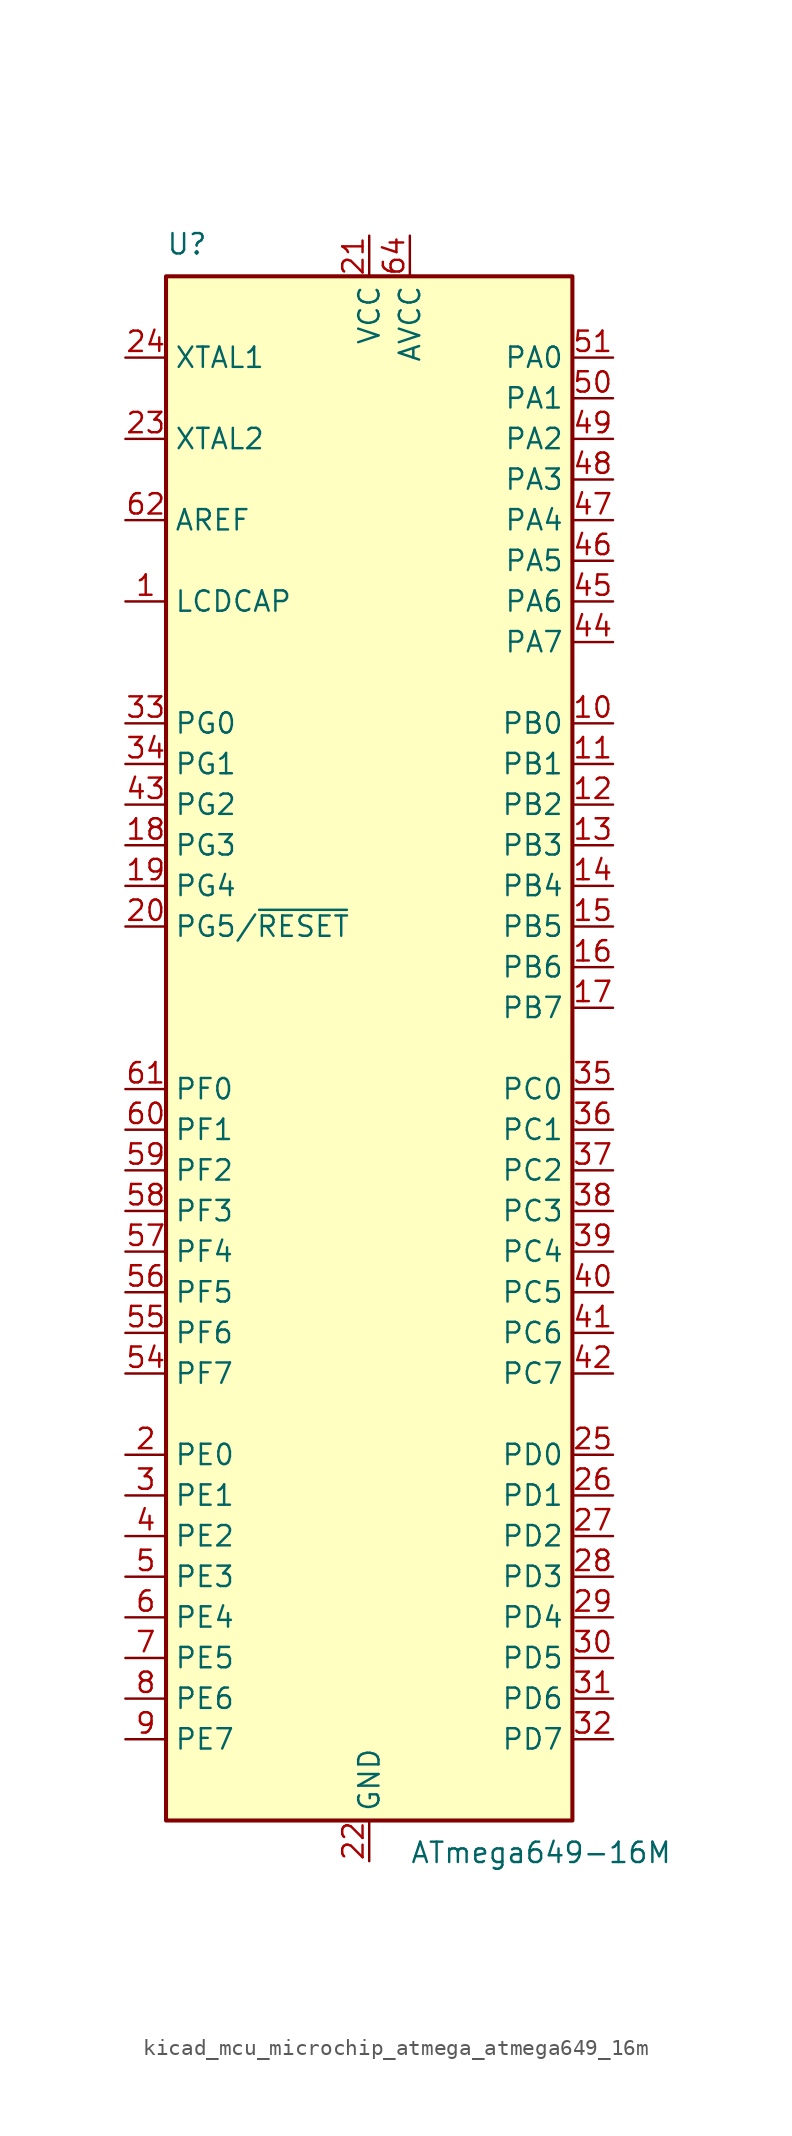
<source format=kicad_sym>
(kicad_symbol_lib
  (version 20220914)
  (generator kicad_symbol_editor)
  (symbol "kicad_mcu_microchip_atmega_atmega649_16m"
    (property "Reference" "U"
      (at -12.7 49.53 0)
      (effects (font (size 1.27 1.27)) (justify left bottom)))
    (property "Value" "ATmega649-16M"
      (at 2.54 -49.53 0)
      (effects (font (size 1.27 1.27)) (justify left top)))
    (symbol "kicad_mcu_microchip_atmega_atmega649_16m_0_1"
      (rectangle (start -12.7 -48.26) (end 12.7 48.26) (stroke (width 0.254) (type default)) (fill (type background))))
    (symbol "kicad_mcu_microchip_atmega_atmega649_16m_1_1"
      (pin passive line (at -15.24 27.94 0) (length 2.54) (name "LCDCAP" (effects (font (size 1.27 1.27)))) (number "1" (effects (font (size 1.27 1.27)))))
      (pin bidirectional line (at 15.24 20.32 180) (length 2.54) (name "PB0" (effects (font (size 1.27 1.27)))) (number "10" (effects (font (size 1.27 1.27)))))
      (pin bidirectional line (at 15.24 17.78 180) (length 2.54) (name "PB1" (effects (font (size 1.27 1.27)))) (number "11" (effects (font (size 1.27 1.27)))))
      (pin bidirectional line (at 15.24 15.24 180) (length 2.54) (name "PB2" (effects (font (size 1.27 1.27)))) (number "12" (effects (font (size 1.27 1.27)))))
      (pin bidirectional line (at 15.24 12.7 180) (length 2.54) (name "PB3" (effects (font (size 1.27 1.27)))) (number "13" (effects (font (size 1.27 1.27)))))
      (pin bidirectional line (at 15.24 10.16 180) (length 2.54) (name "PB4" (effects (font (size 1.27 1.27)))) (number "14" (effects (font (size 1.27 1.27)))))
      (pin bidirectional line (at 15.24 7.62 180) (length 2.54) (name "PB5" (effects (font (size 1.27 1.27)))) (number "15" (effects (font (size 1.27 1.27)))))
      (pin bidirectional line (at 15.24 5.08 180) (length 2.54) (name "PB6" (effects (font (size 1.27 1.27)))) (number "16" (effects (font (size 1.27 1.27)))))
      (pin bidirectional line (at 15.24 2.54 180) (length 2.54) (name "PB7" (effects (font (size 1.27 1.27)))) (number "17" (effects (font (size 1.27 1.27)))))
      (pin bidirectional line (at -15.24 12.7 0) (length 2.54) (name "PG3" (effects (font (size 1.27 1.27)))) (number "18" (effects (font (size 1.27 1.27)))))
      (pin bidirectional line (at -15.24 10.16 0) (length 2.54) (name "PG4" (effects (font (size 1.27 1.27)))) (number "19" (effects (font (size 1.27 1.27)))))
      (pin bidirectional line (at -15.24 -25.4 0) (length 2.54) (name "PE0" (effects (font (size 1.27 1.27)))) (number "2" (effects (font (size 1.27 1.27)))))
      (pin bidirectional line (at -15.24 7.62 0) (length 2.54) (name "PG5/~{RESET}" (effects (font (size 1.27 1.27)))) (number "20" (effects (font (size 1.27 1.27)))))
      (pin power_in line (at 0 50.8 270) (length 2.54) (name "VCC" (effects (font (size 1.27 1.27)))) (number "21" (effects (font (size 1.27 1.27)))))
      (pin power_in line (at 0 -50.8 90) (length 2.54) (name "GND" (effects (font (size 1.27 1.27)))) (number "22" (effects (font (size 1.27 1.27)))))
      (pin output line (at -15.24 38.1 0) (length 2.54) (name "XTAL2" (effects (font (size 1.27 1.27)))) (number "23" (effects (font (size 1.27 1.27)))))
      (pin input line (at -15.24 43.18 0) (length 2.54) (name "XTAL1" (effects (font (size 1.27 1.27)))) (number "24" (effects (font (size 1.27 1.27)))))
      (pin bidirectional line (at 15.24 -25.4 180) (length 2.54) (name "PD0" (effects (font (size 1.27 1.27)))) (number "25" (effects (font (size 1.27 1.27)))))
      (pin bidirectional line (at 15.24 -27.94 180) (length 2.54) (name "PD1" (effects (font (size 1.27 1.27)))) (number "26" (effects (font (size 1.27 1.27)))))
      (pin bidirectional line (at 15.24 -30.48 180) (length 2.54) (name "PD2" (effects (font (size 1.27 1.27)))) (number "27" (effects (font (size 1.27 1.27)))))
      (pin bidirectional line (at 15.24 -33.02 180) (length 2.54) (name "PD3" (effects (font (size 1.27 1.27)))) (number "28" (effects (font (size 1.27 1.27)))))
      (pin bidirectional line (at 15.24 -35.56 180) (length 2.54) (name "PD4" (effects (font (size 1.27 1.27)))) (number "29" (effects (font (size 1.27 1.27)))))
      (pin bidirectional line (at -15.24 -27.94 0) (length 2.54) (name "PE1" (effects (font (size 1.27 1.27)))) (number "3" (effects (font (size 1.27 1.27)))))
      (pin bidirectional line (at 15.24 -38.1 180) (length 2.54) (name "PD5" (effects (font (size 1.27 1.27)))) (number "30" (effects (font (size 1.27 1.27)))))
      (pin bidirectional line (at 15.24 -40.64 180) (length 2.54) (name "PD6" (effects (font (size 1.27 1.27)))) (number "31" (effects (font (size 1.27 1.27)))))
      (pin bidirectional line (at 15.24 -43.18 180) (length 2.54) (name "PD7" (effects (font (size 1.27 1.27)))) (number "32" (effects (font (size 1.27 1.27)))))
      (pin bidirectional line (at -15.24 20.32 0) (length 2.54) (name "PG0" (effects (font (size 1.27 1.27)))) (number "33" (effects (font (size 1.27 1.27)))))
      (pin bidirectional line (at -15.24 17.78 0) (length 2.54) (name "PG1" (effects (font (size 1.27 1.27)))) (number "34" (effects (font (size 1.27 1.27)))))
      (pin bidirectional line (at 15.24 -2.54 180) (length 2.54) (name "PC0" (effects (font (size 1.27 1.27)))) (number "35" (effects (font (size 1.27 1.27)))))
      (pin bidirectional line (at 15.24 -5.08 180) (length 2.54) (name "PC1" (effects (font (size 1.27 1.27)))) (number "36" (effects (font (size 1.27 1.27)))))
      (pin bidirectional line (at 15.24 -7.62 180) (length 2.54) (name "PC2" (effects (font (size 1.27 1.27)))) (number "37" (effects (font (size 1.27 1.27)))))
      (pin bidirectional line (at 15.24 -10.16 180) (length 2.54) (name "PC3" (effects (font (size 1.27 1.27)))) (number "38" (effects (font (size 1.27 1.27)))))
      (pin bidirectional line (at 15.24 -12.7 180) (length 2.54) (name "PC4" (effects (font (size 1.27 1.27)))) (number "39" (effects (font (size 1.27 1.27)))))
      (pin bidirectional line (at -15.24 -30.48 0) (length 2.54) (name "PE2" (effects (font (size 1.27 1.27)))) (number "4" (effects (font (size 1.27 1.27)))))
      (pin bidirectional line (at 15.24 -15.24 180) (length 2.54) (name "PC5" (effects (font (size 1.27 1.27)))) (number "40" (effects (font (size 1.27 1.27)))))
      (pin bidirectional line (at 15.24 -17.78 180) (length 2.54) (name "PC6" (effects (font (size 1.27 1.27)))) (number "41" (effects (font (size 1.27 1.27)))))
      (pin bidirectional line (at 15.24 -20.32 180) (length 2.54) (name "PC7" (effects (font (size 1.27 1.27)))) (number "42" (effects (font (size 1.27 1.27)))))
      (pin bidirectional line (at -15.24 15.24 0) (length 2.54) (name "PG2" (effects (font (size 1.27 1.27)))) (number "43" (effects (font (size 1.27 1.27)))))
      (pin bidirectional line (at 15.24 25.4 180) (length 2.54) (name "PA7" (effects (font (size 1.27 1.27)))) (number "44" (effects (font (size 1.27 1.27)))))
      (pin bidirectional line (at 15.24 27.94 180) (length 2.54) (name "PA6" (effects (font (size 1.27 1.27)))) (number "45" (effects (font (size 1.27 1.27)))))
      (pin bidirectional line (at 15.24 30.48 180) (length 2.54) (name "PA5" (effects (font (size 1.27 1.27)))) (number "46" (effects (font (size 1.27 1.27)))))
      (pin bidirectional line (at 15.24 33.02 180) (length 2.54) (name "PA4" (effects (font (size 1.27 1.27)))) (number "47" (effects (font (size 1.27 1.27)))))
      (pin bidirectional line (at 15.24 35.56 180) (length 2.54) (name "PA3" (effects (font (size 1.27 1.27)))) (number "48" (effects (font (size 1.27 1.27)))))
      (pin bidirectional line (at 15.24 38.1 180) (length 2.54) (name "PA2" (effects (font (size 1.27 1.27)))) (number "49" (effects (font (size 1.27 1.27)))))
      (pin bidirectional line (at -15.24 -33.02 0) (length 2.54) (name "PE3" (effects (font (size 1.27 1.27)))) (number "5" (effects (font (size 1.27 1.27)))))
      (pin bidirectional line (at 15.24 40.64 180) (length 2.54) (name "PA1" (effects (font (size 1.27 1.27)))) (number "50" (effects (font (size 1.27 1.27)))))
      (pin bidirectional line (at 15.24 43.18 180) (length 2.54) (name "PA0" (effects (font (size 1.27 1.27)))) (number "51" (effects (font (size 1.27 1.27)))))
      (pin passive line (at 0 50.8 270) (length 2.54) hide (name "VCC" (effects (font (size 1.27 1.27)))) (number "52" (effects (font (size 1.27 1.27)))))
      (pin passive line (at 0 -50.8 90) (length 2.54) hide (name "GND" (effects (font (size 1.27 1.27)))) (number "53" (effects (font (size 1.27 1.27)))))
      (pin bidirectional line (at -15.24 -20.32 0) (length 2.54) (name "PF7" (effects (font (size 1.27 1.27)))) (number "54" (effects (font (size 1.27 1.27)))))
      (pin bidirectional line (at -15.24 -17.78 0) (length 2.54) (name "PF6" (effects (font (size 1.27 1.27)))) (number "55" (effects (font (size 1.27 1.27)))))
      (pin bidirectional line (at -15.24 -15.24 0) (length 2.54) (name "PF5" (effects (font (size 1.27 1.27)))) (number "56" (effects (font (size 1.27 1.27)))))
      (pin bidirectional line (at -15.24 -12.7 0) (length 2.54) (name "PF4" (effects (font (size 1.27 1.27)))) (number "57" (effects (font (size 1.27 1.27)))))
      (pin bidirectional line (at -15.24 -10.16 0) (length 2.54) (name "PF3" (effects (font (size 1.27 1.27)))) (number "58" (effects (font (size 1.27 1.27)))))
      (pin bidirectional line (at -15.24 -7.62 0) (length 2.54) (name "PF2" (effects (font (size 1.27 1.27)))) (number "59" (effects (font (size 1.27 1.27)))))
      (pin bidirectional line (at -15.24 -35.56 0) (length 2.54) (name "PE4" (effects (font (size 1.27 1.27)))) (number "6" (effects (font (size 1.27 1.27)))))
      (pin bidirectional line (at -15.24 -5.08 0) (length 2.54) (name "PF1" (effects (font (size 1.27 1.27)))) (number "60" (effects (font (size 1.27 1.27)))))
      (pin bidirectional line (at -15.24 -2.54 0) (length 2.54) (name "PF0" (effects (font (size 1.27 1.27)))) (number "61" (effects (font (size 1.27 1.27)))))
      (pin passive line (at -15.24 33.02 0) (length 2.54) (name "AREF" (effects (font (size 1.27 1.27)))) (number "62" (effects (font (size 1.27 1.27)))))
      (pin passive line (at 0 -50.8 90) (length 2.54) hide (name "GND" (effects (font (size 1.27 1.27)))) (number "63" (effects (font (size 1.27 1.27)))))
      (pin power_in line (at 2.54 50.8 270) (length 2.54) (name "AVCC" (effects (font (size 1.27 1.27)))) (number "64" (effects (font (size 1.27 1.27)))))
      (pin passive line (at 0 -50.8 90) (length 2.54) hide (name "GND" (effects (font (size 1.27 1.27)))) (number "65" (effects (font (size 1.27 1.27)))))
      (pin bidirectional line (at -15.24 -38.1 0) (length 2.54) (name "PE5" (effects (font (size 1.27 1.27)))) (number "7" (effects (font (size 1.27 1.27)))))
      (pin bidirectional line (at -15.24 -40.64 0) (length 2.54) (name "PE6" (effects (font (size 1.27 1.27)))) (number "8" (effects (font (size 1.27 1.27)))))
      (pin bidirectional line (at -15.24 -43.18 0) (length 2.54) (name "PE7" (effects (font (size 1.27 1.27)))) (number "9" (effects (font (size 1.27 1.27))))))))
</source>
